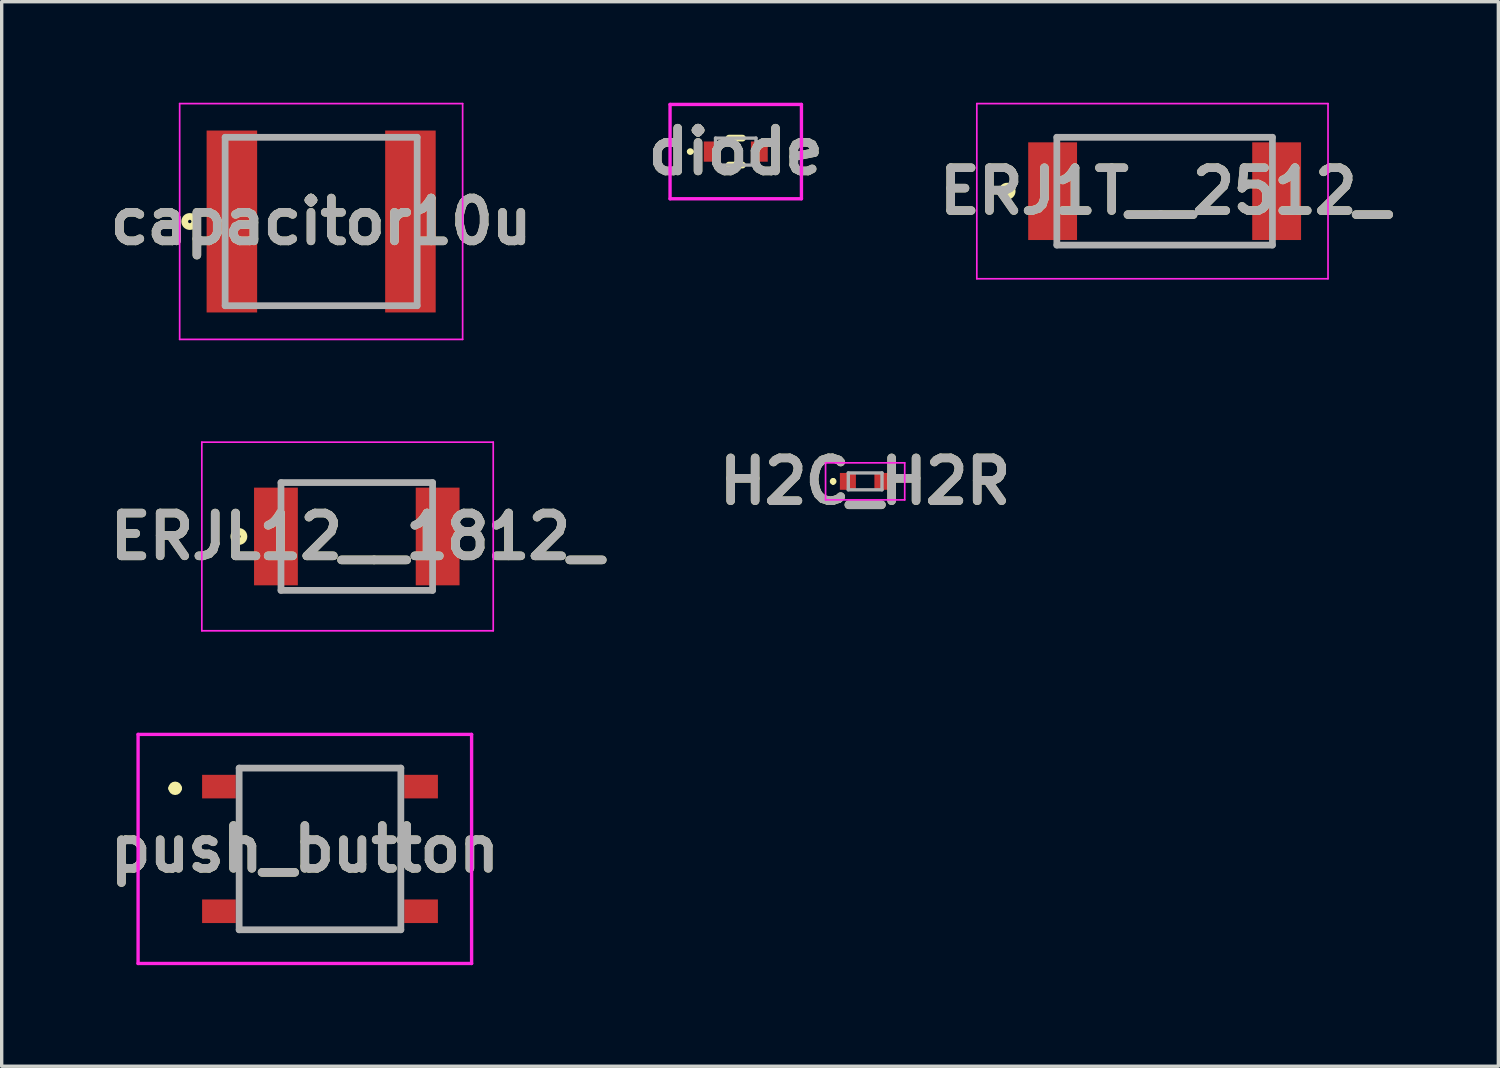
<source format=kicad_pcb>
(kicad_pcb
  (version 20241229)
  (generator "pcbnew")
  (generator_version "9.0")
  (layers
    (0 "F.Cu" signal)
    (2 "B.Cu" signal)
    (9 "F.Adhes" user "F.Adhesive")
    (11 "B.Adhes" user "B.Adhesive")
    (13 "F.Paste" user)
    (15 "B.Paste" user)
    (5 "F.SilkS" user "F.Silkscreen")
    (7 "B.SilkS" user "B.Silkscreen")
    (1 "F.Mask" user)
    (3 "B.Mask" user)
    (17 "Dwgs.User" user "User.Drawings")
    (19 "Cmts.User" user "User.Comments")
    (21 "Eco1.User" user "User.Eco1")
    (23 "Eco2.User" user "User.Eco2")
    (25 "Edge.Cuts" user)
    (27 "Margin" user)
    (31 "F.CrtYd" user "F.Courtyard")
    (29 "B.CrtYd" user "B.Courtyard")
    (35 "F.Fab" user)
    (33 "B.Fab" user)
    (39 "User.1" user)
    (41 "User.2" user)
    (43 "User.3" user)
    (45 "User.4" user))
  (footprint "H2C_H2R"
    (layer "F.Cu")
    (at 22.631 11.239)
    (property "Reference" "H2C_H2R" (at 0 0 0) (layer "F.SilkS") (effects (font (size 1.27 1.27) (thickness 0.254))))
    (attr smd)
    (fp_line (start -0.95 -0.05) (end -0.95 -0.05) (stroke (width 0.1) (type solid)) (layer "F.SilkS"))
    (fp_line (start -0.95 0.05) (end -0.95 0.05) (stroke (width 0.1) (type solid)) (layer "F.SilkS"))
    (fp_arc (start -0.95 -0.05) (mid -0.9 0) (end -0.95 0.05) (stroke (width 0.1) (type solid)) (layer "F.SilkS"))
    (fp_arc (start -0.95 0.05) (mid -1 0) (end -0.95 -0.05) (stroke (width 0.1) (type solid)) (layer "F.SilkS"))
    (fp_line (start -1.175 -0.55) (end 1.175 -0.55) (stroke (width 0.05) (type solid)) (layer "F.CrtYd"))
    (fp_line (start -1.175 0.55) (end -1.175 -0.55) (stroke (width 0.05) (type solid)) (layer "F.CrtYd"))
    (fp_line (start 1.175 -0.55) (end 1.175 0.55) (stroke (width 0.05) (type solid)) (layer "F.CrtYd"))
    (fp_line (start 1.175 0.55) (end -1.175 0.55) (stroke (width 0.05) (type solid)) (layer "F.CrtYd"))
    (fp_line (start -0.5 -0.25) (end 0.5 -0.25) (stroke (width 0.1) (type solid)) (layer "F.Fab"))
    (fp_line (start -0.5 0.25) (end -0.5 -0.25) (stroke (width 0.1) (type solid)) (layer "F.Fab"))
    (fp_line (start 0.5 -0.25) (end 0.5 0.25) (stroke (width 0.1) (type solid)) (layer "F.Fab"))
    (fp_line (start 0.5 0.25) (end -0.5 0.25) (stroke (width 0.1) (type solid)) (layer "F.Fab"))
    (fp_text user "${REFERENCE}" (at 0 0 0) (layer "F.Fab") (effects (font (size 1.27 1.27) (thickness 0.254))))
    (pad "1" smd rect (at -0.512 0) (size 0.475 0.5) (layers "F.Cu" "F.Mask" "F.Paste"))
    (pad "2" smd rect (at 0.512 0) (size 0.475 0.5) (layers "F.Cu" "F.Mask" "F.Paste")))
  (footprint "capacitor10u"
    (layer "F.Cu")
    (at 6.483 3.525)
    (property "Reference" "capacitor10u" (at 0 0 0) (layer "F.SilkS") (effects (font (size 1.27 1.27) (thickness 0.254))))
    (attr smd)
    (fp_circle (center -3.9 0) (end -3.9 0.05) (stroke (width 0.2) (type solid)) (fill no) (layer "F.SilkS"))
    (fp_line (start -4.2 -3.5) (end 4.2 -3.5) (stroke (width 0.05) (type solid)) (layer "F.CrtYd"))
    (fp_line (start -4.2 3.5) (end -4.2 -3.5) (stroke (width 0.05) (type solid)) (layer "F.CrtYd"))
    (fp_line (start 4.2 -3.5) (end 4.2 3.5) (stroke (width 0.05) (type solid)) (layer "F.CrtYd"))
    (fp_line (start 4.2 3.5) (end -4.2 3.5) (stroke (width 0.05) (type solid)) (layer "F.CrtYd"))
    (fp_line (start -2.85 -2.5) (end 2.85 -2.5) (stroke (width 0.2) (type solid)) (layer "F.Fab"))
    (fp_line (start -2.85 2.5) (end -2.85 -2.5) (stroke (width 0.2) (type solid)) (layer "F.Fab"))
    (fp_line (start 2.85 -2.5) (end 2.85 2.5) (stroke (width 0.2) (type solid)) (layer "F.Fab"))
    (fp_line (start 2.85 2.5) (end -2.85 2.5) (stroke (width 0.2) (type solid)) (layer "F.Fab"))
    (fp_text user "${REFERENCE}" (at 0 0 0) (layer "F.Fab") (effects (font (size 1.27 1.27) (thickness 0.254))))
    (pad "1" smd rect (at -2.65 0) (size 1.5 5.4) (layers "F.Cu" "F.Mask" "F.Paste"))
    (pad "2" smd rect (at 2.65 0) (size 1.5 5.4) (layers "F.Cu" "F.Mask" "F.Paste")))
  (footprint "push_button"
    (layer "F.Cu")
    (at 6.449 22.15)
    (property "Reference" "push_button" (at -0.45 0 0) (layer "F.SilkS") (effects (font (size 1.27 1.27) (thickness 0.254))))
    (attr smd)
    (fp_line (start -4.4 -1.8) (end -4.4 -1.8) (stroke (width 0.2) (type solid)) (layer "F.SilkS"))
    (fp_line (start -4.2 -1.8) (end -4.2 -1.8) (stroke (width 0.2) (type solid)) (layer "F.SilkS"))
    (fp_line (start -2.4 -2.4) (end 2.4 -2.4) (stroke (width 0.1) (type solid)) (layer "F.SilkS"))
    (fp_line (start -2.4 -1.2) (end -2.4 1) (stroke (width 0.1) (type solid)) (layer "F.SilkS"))
    (fp_line (start -2.4 2.4) (end 2.4 2.4) (stroke (width 0.1) (type solid)) (layer "F.SilkS"))
    (fp_line (start 2.4 -1.2) (end 2.4 1) (stroke (width 0.1) (type solid)) (layer "F.SilkS"))
    (fp_arc (start -4.4 -1.8) (mid -4.3 -1.9) (end -4.2 -1.8) (stroke (width 0.2) (type solid)) (layer "F.SilkS"))
    (fp_arc (start -4.2 -1.8) (mid -4.3 -1.7) (end -4.4 -1.8) (stroke (width 0.2) (type solid)) (layer "F.SilkS"))
    (fp_line (start -5.4 -3.4) (end 4.5 -3.4) (stroke (width 0.1) (type solid)) (layer "F.CrtYd"))
    (fp_line (start -5.4 3.4) (end -5.4 -3.4) (stroke (width 0.1) (type solid)) (layer "F.CrtYd"))
    (fp_line (start 4.5 -3.4) (end 4.5 3.4) (stroke (width 0.1) (type solid)) (layer "F.CrtYd"))
    (fp_line (start 4.5 3.4) (end -5.4 3.4) (stroke (width 0.1) (type solid)) (layer "F.CrtYd"))
    (fp_line (start -2.4 -2.4) (end 2.4 -2.4) (stroke (width 0.2) (type solid)) (layer "F.Fab"))
    (fp_line (start -2.4 2.4) (end -2.4 -2.4) (stroke (width 0.2) (type solid)) (layer "F.Fab"))
    (fp_line (start 2.4 -2.4) (end 2.4 2.4) (stroke (width 0.2) (type solid)) (layer "F.Fab"))
    (fp_line (start 2.4 2.4) (end -2.4 2.4) (stroke (width 0.2) (type solid)) (layer "F.Fab"))
    (fp_text user "${REFERENCE}" (at -0.45 0 0) (layer "F.Fab") (effects (font (size 1.27 1.27) (thickness 0.254))))
    (pad "1" smd rect (at -3 -1.85 90) (size 0.7 1) (layers "F.Cu" "F.Mask" "F.Paste"))
    (pad "2" smd rect (at 3 -1.85 90) (size 0.7 1) (layers "F.Cu" "F.Mask" "F.Paste"))
    (pad "3" smd rect (at -3 1.85 90) (size 0.7 1) (layers "F.Cu" "F.Mask" "F.Paste"))
    (pad "4" smd rect (at 3 1.85 90) (size 0.7 1) (layers "F.Cu" "F.Mask" "F.Paste")))
  (footprint "diode"
    (layer "F.Cu")
    (at 18.79 1.45)
    (property "Reference" "diode" (at 0 0 0) (layer "F.SilkS") (effects (font (size 1.27 1.27) (thickness 0.254))))
    (attr smd)
    (fp_line (start -1.4 0) (end -1.4 0) (stroke (width 0.1) (type solid)) (layer "F.SilkS"))
    (fp_line (start -1.3 0) (end -1.3 0) (stroke (width 0.1) (type solid)) (layer "F.SilkS"))
    (fp_line (start -0.2 -0.4) (end 0.2 -0.4) (stroke (width 0.2) (type solid)) (layer "F.SilkS"))
    (fp_line (start -0.2 0.4) (end 0.2 0.4) (stroke (width 0.2) (type solid)) (layer "F.SilkS"))
    (fp_arc (start -1.4 0) (mid -1.35 -0.05) (end -1.3 0) (stroke (width 0.1) (type solid)) (layer "F.SilkS"))
    (fp_arc (start -1.3 0) (mid -1.35 0.05) (end -1.4 0) (stroke (width 0.1) (type solid)) (layer "F.SilkS"))
    (fp_line (start -1.95 -1.4) (end 1.95 -1.4) (stroke (width 0.1) (type solid)) (layer "F.CrtYd"))
    (fp_line (start -1.95 1.4) (end -1.95 -1.4) (stroke (width 0.1) (type solid)) (layer "F.CrtYd"))
    (fp_line (start 1.95 -1.4) (end 1.95 1.4) (stroke (width 0.1) (type solid)) (layer "F.CrtYd"))
    (fp_line (start 1.95 1.4) (end -1.95 1.4) (stroke (width 0.1) (type solid)) (layer "F.CrtYd"))
    (fp_line (start -0.6 -0.4) (end 0.6 -0.4) (stroke (width 0.1) (type solid)) (layer "F.Fab"))
    (fp_line (start -0.6 0.4) (end -0.6 -0.4) (stroke (width 0.1) (type solid)) (layer "F.Fab"))
    (fp_line (start 0.6 -0.4) (end 0.6 0.4) (stroke (width 0.1) (type solid)) (layer "F.Fab"))
    (fp_line (start 0.6 0.4) (end -0.6 0.4) (stroke (width 0.1) (type solid)) (layer "F.Fab"))
    (fp_text user "${REFERENCE}" (at 0 0 0) (layer "F.Fab") (effects (font (size 1.27 1.27) (thickness 0.254))))
    (pad "1" smd rect (at -0.7 0) (size 0.5 0.6) (layers "F.Cu" "F.Mask" "F.Paste"))
    (pad "2" smd rect (at 0.7 0) (size 0.5 0.6) (layers "F.Cu" "F.Mask" "F.Paste")))
  (footprint "ERJL12__1812_"
    (layer "F.Cu")
    (at 7.541 12.875)
    (property "Reference" "ERJL12__1812_" (at 0 0 0) (layer "F.SilkS") (effects (font (size 1.27 1.27) (thickness 0.254))))
    (attr smd)
    (fp_circle (center -3.5 0) (end -3.5 0.05) (stroke (width 0.2) (type solid)) (fill no) (layer "F.SilkS"))
    (fp_line (start -4.6 -2.8) (end 4.05 -2.8) (stroke (width 0.05) (type solid)) (layer "F.CrtYd"))
    (fp_line (start -4.6 2.8) (end -4.6 -2.8) (stroke (width 0.05) (type solid)) (layer "F.CrtYd"))
    (fp_line (start 4.05 -2.8) (end 4.05 2.8) (stroke (width 0.05) (type solid)) (layer "F.CrtYd"))
    (fp_line (start 4.05 2.8) (end -4.6 2.8) (stroke (width 0.05) (type solid)) (layer "F.CrtYd"))
    (fp_line (start -2.25 -1.6) (end 2.25 -1.6) (stroke (width 0.2) (type solid)) (layer "F.Fab"))
    (fp_line (start -2.25 1.6) (end -2.25 -1.6) (stroke (width 0.2) (type solid)) (layer "F.Fab"))
    (fp_line (start 2.25 -1.6) (end 2.25 1.6) (stroke (width 0.2) (type solid)) (layer "F.Fab"))
    (fp_line (start 2.25 1.6) (end -2.25 1.6) (stroke (width 0.2) (type solid)) (layer "F.Fab"))
    (fp_text user "${REFERENCE}" (at 0 0 0) (layer "F.Fab") (effects (font (size 1.27 1.27) (thickness 0.254))))
    (pad "1" smd rect (at -2.4 0) (size 1.3 2.9) (layers "F.Cu" "F.Mask" "F.Paste"))
    (pad "2" smd rect (at 2.4 0) (size 1.3 2.9) (layers "F.Cu" "F.Mask" "F.Paste")))
  (footprint "ERJ1T__2512_"
    (layer "F.Cu")
    (at 31.521 2.625)
    (property "Reference" "ERJ1T__2512_" (at 0 0 0) (layer "F.SilkS") (effects (font (size 1.27 1.27) (thickness 0.254))))
    (attr smd)
    (fp_circle (center -4.675 0) (end -4.675 0.05) (stroke (width 0.2) (type solid)) (fill no) (layer "F.SilkS"))
    (fp_line (start -5.575 -2.6) (end 4.85 -2.6) (stroke (width 0.05) (type solid)) (layer "F.CrtYd"))
    (fp_line (start -5.575 2.6) (end -5.575 -2.6) (stroke (width 0.05) (type solid)) (layer "F.CrtYd"))
    (fp_line (start 4.85 -2.6) (end 4.85 2.6) (stroke (width 0.05) (type solid)) (layer "F.CrtYd"))
    (fp_line (start 4.85 2.6) (end -5.575 2.6) (stroke (width 0.05) (type solid)) (layer "F.CrtYd"))
    (fp_line (start -3.2 -1.6) (end 3.2 -1.6) (stroke (width 0.2) (type solid)) (layer "F.Fab"))
    (fp_line (start -3.2 1.6) (end -3.2 -1.6) (stroke (width 0.2) (type solid)) (layer "F.Fab"))
    (fp_line (start 3.2 -1.6) (end 3.2 1.6) (stroke (width 0.2) (type solid)) (layer "F.Fab"))
    (fp_line (start 3.2 1.6) (end -3.2 1.6) (stroke (width 0.2) (type solid)) (layer "F.Fab"))
    (fp_text user "${REFERENCE}" (at 0 0 0) (layer "F.Fab") (effects (font (size 1.27 1.27) (thickness 0.254))))
    (pad "1" smd rect (at -3.325 0) (size 1.45 2.9) (layers "F.Cu" "F.Mask" "F.Paste"))
    (pad "2" smd rect (at 3.325 0) (size 1.45 2.9) (layers "F.Cu" "F.Mask" "F.Paste")))
  (gr_rect
    (start -3 -3)
    (end 41.427 28.6)
    (stroke (width 0.1) (type default))
    (fill no)
    (layer "Edge.Cuts")))
</source>
